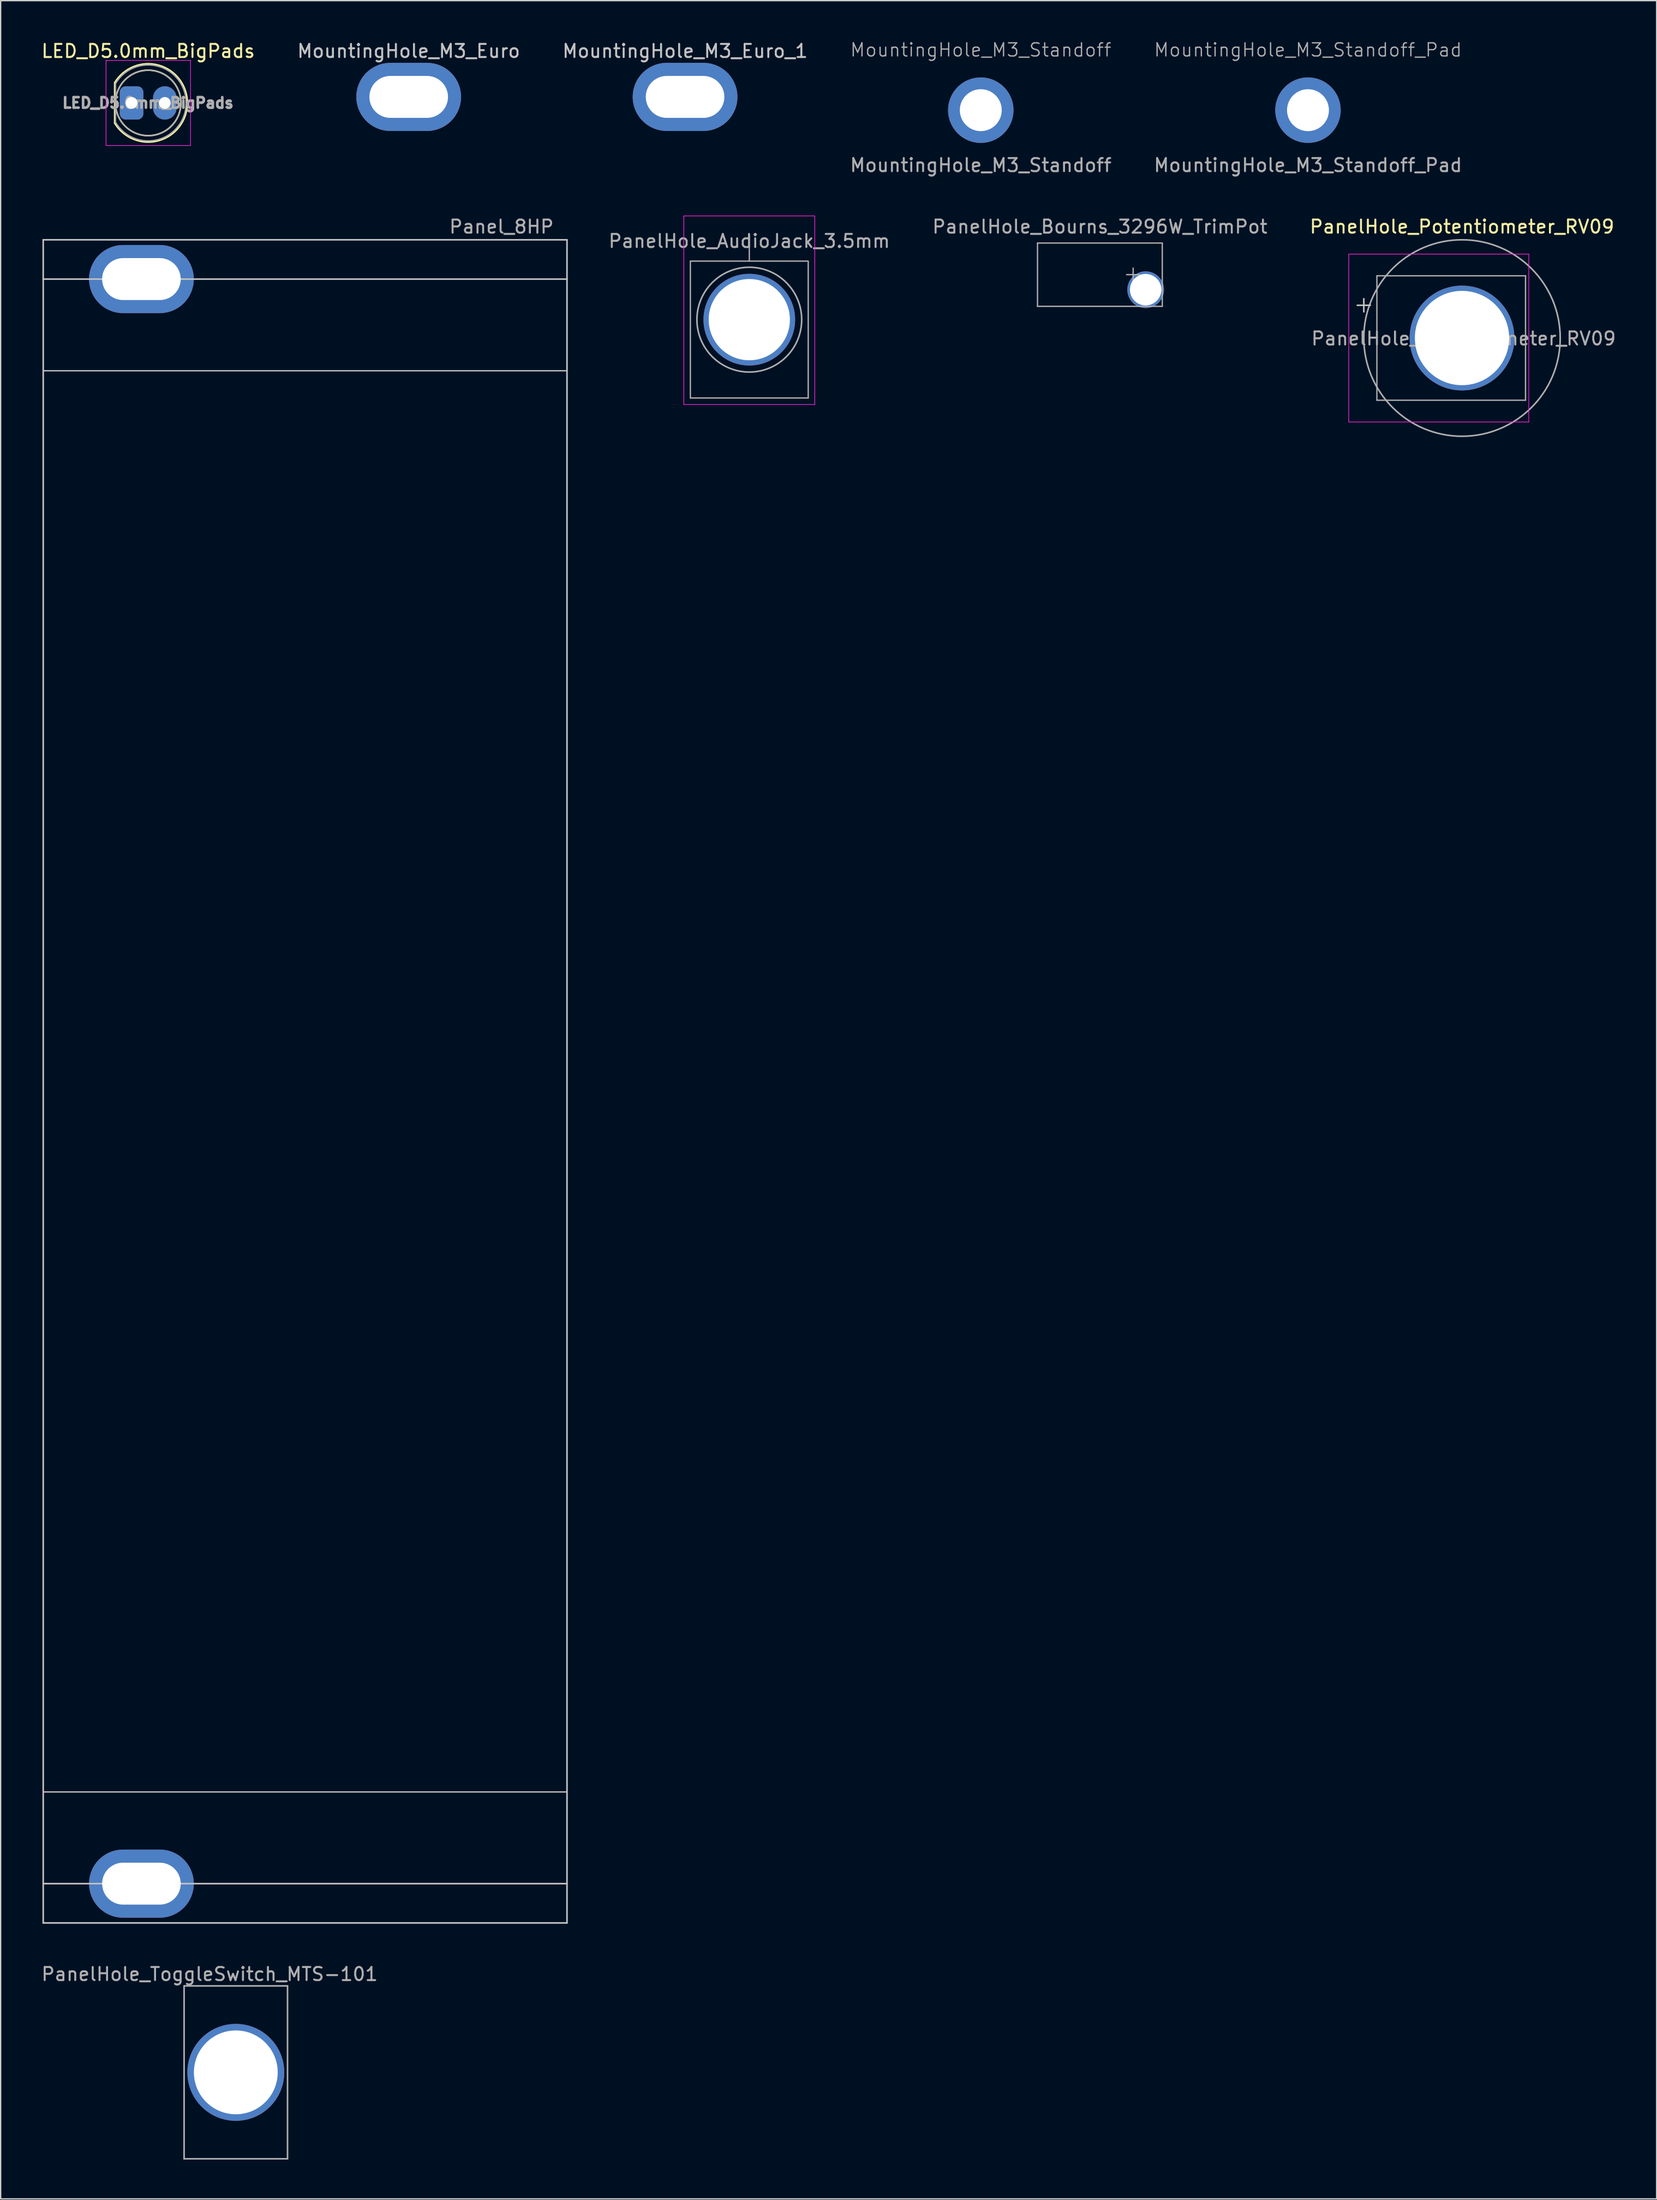
<source format=kicad_pcb>
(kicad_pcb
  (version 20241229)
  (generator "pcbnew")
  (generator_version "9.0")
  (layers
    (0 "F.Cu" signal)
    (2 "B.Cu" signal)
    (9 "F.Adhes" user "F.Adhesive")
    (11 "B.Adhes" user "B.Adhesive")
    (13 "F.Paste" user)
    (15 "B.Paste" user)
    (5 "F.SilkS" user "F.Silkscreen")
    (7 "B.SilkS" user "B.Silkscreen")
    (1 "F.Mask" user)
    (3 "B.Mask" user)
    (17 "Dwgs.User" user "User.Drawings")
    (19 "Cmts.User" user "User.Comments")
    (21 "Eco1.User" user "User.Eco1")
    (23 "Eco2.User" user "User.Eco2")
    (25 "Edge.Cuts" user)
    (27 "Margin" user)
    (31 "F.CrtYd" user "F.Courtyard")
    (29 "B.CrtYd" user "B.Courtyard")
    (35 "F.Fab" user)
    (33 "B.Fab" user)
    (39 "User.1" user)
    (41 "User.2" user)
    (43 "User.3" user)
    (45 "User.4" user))
  (footprint "PanelHole_Bourns_3296W_TrimPot"
    (layer "F.Cu")
    (at 83.487 17.917)
    (property "Reference" "PanelHole_Bourns_3296W_TrimPot" (at -2.54 -3.66 0) (layer "F.Fab") (effects (font (size 1 1) (thickness 0.15))))
    (attr through_hole)
    (fp_line (start -7.305 -2.41) (end -7.305 2.42) (stroke (width 0.1) (type solid)) (layer "F.Fab"))
    (fp_line (start -7.305 2.42) (end 2.225 2.42) (stroke (width 0.1) (type solid)) (layer "F.Fab"))
    (fp_line (start -0.5 0) (end 0.5 0) (stroke (width 0.1) (type default)) (layer "F.Fab"))
    (fp_line (start 0 -0.5) (end 0 0.5) (stroke (width 0.1) (type default)) (layer "F.Fab"))
    (fp_line (start 0.955 2.235) (end 0.956 0.066) (stroke (width 0.1) (type solid)) (layer "F.Fab"))
    (fp_line (start 0.955 2.235) (end 0.956 0.066) (stroke (width 0.1) (type solid)) (layer "F.Fab"))
    (fp_line (start 2.225 -2.41) (end -7.305 -2.41) (stroke (width 0.1) (type solid)) (layer "F.Fab"))
    (fp_line (start 2.225 2.42) (end 2.225 -2.41) (stroke (width 0.1) (type solid)) (layer "F.Fab"))
    (fp_circle (center 0.955 1.15) (end 2.05 1.15) (stroke (width 0.1) (type solid)) (fill no) (layer "F.Fab"))
    (pad "" np_thru_hole circle (at 0.955 1.15) (size 2.8 2.8) (drill 2.4) (layers "*.Cu" "*.Mask")))
  (footprint "MountingHole_M3_Euro_1"
    (layer "F.Cu")
    (at 49.268 4.348)
    (property "Reference" "MountingHole_M3_Euro_1" (at 0 -3.5 0) (layer "Dwgs.User") (effects (font (size 1 1) (thickness 0.15))))
    (attr through_hole)
    (pad "" thru_hole oval (at 0 0) (size 8 5.2) (drill oval 6 3.2) (layers "*.Cu" "*.Mask")))
  (footprint "PanelHole_AudioJack_3.5mm"
    (layer "F.Cu")
    (at 54.173 14.854)
    (property "Reference" "PanelHole_AudioJack_3.5mm" (at 0 0.5 0) (layer "F.Fab") (effects (font (size 1 1) (thickness 0.15))))
    (attr through_hole)
    (fp_line (start -0.5 6.5) (end 0.5 6.5) (stroke (width 0.12) (type solid)) (layer "Dwgs.User"))
    (fp_line (start 0 6) (end 0 7) (stroke (width 0.12) (type solid)) (layer "Dwgs.User"))
    (fp_line (start -5 12.98) (end -5 -1.42) (stroke (width 0.05) (type solid)) (layer "F.CrtYd"))
    (fp_line (start 5 -1.42) (end -5 -1.42) (stroke (width 0.05) (type solid)) (layer "F.CrtYd"))
    (fp_line (start 5 12.98) (end -5 12.98) (stroke (width 0.05) (type solid)) (layer "F.CrtYd"))
    (fp_line (start 5 12.98) (end 5 -1.42) (stroke (width 0.05) (type solid)) (layer "F.CrtYd"))
    (fp_line (start -4.5 12.48) (end -4.5 2.08) (stroke (width 0.1) (type solid)) (layer "F.Fab"))
    (fp_line (start 0 0) (end 0 2.03) (stroke (width 0.1) (type solid)) (layer "F.Fab"))
    (fp_line (start 4.5 2.03) (end -4.5 2.03) (stroke (width 0.1) (type solid)) (layer "F.Fab"))
    (fp_line (start 4.5 12.48) (end -4.5 12.48) (stroke (width 0.1) (type solid)) (layer "F.Fab"))
    (fp_line (start 4.5 12.48) (end 4.5 2.08) (stroke (width 0.1) (type solid)) (layer "F.Fab"))
    (fp_circle (center 0 6.5) (end 4 6.5) (stroke (width 0.12) (type solid)) (fill no) (layer "F.Fab"))
    (pad "" np_thru_hole circle (at 0 6.5 180) (size 7 7) (drill 6.2) (layers "*.Cu" "*.Mask")))
  (footprint "MountingHole_M3_Standoff"
    (layer "F.Cu")
    (at 71.851 5.361)
    (property "Reference" "MountingHole_M3_Standoff" (at 0 -4.6 0) (unlocked yes) (layer "F.Fab") (effects (font (size 1 1) (thickness 0.1))))
    (attr through_hole)
    (fp_text user "${REFERENCE}" (at 0 4.2 0) (unlocked yes) (layer "F.Fab") (effects (font (size 1 1) (thickness 0.15))))
    (pad "" thru_hole circle (at 0 0) (size 5 5) (drill 3.2) (layers "*.Cu" "*.Mask")))
  (footprint "Panel_8HP"
    (layer "F.Cu")
    (at 0.25 15.257)
    (property "Reference" "Panel_8HP" (at 35 -1 0) (layer "F.Fab") (effects (font (size 1 1) (thickness 0.15))))
    (attr through_hole)
    (fp_line (start 0 0) (end 40 0) (stroke (width 0.12) (type solid)) (layer "Dwgs.User"))
    (fp_line (start 0 3) (end 40 3) (stroke (width 0.12) (type solid)) (layer "Dwgs.User"))
    (fp_line (start 0 10) (end 40 10) (stroke (width 0.1) (type default)) (layer "Dwgs.User"))
    (fp_line (start 0 118.5) (end 40 118.5) (stroke (width 0.1) (type default)) (layer "Dwgs.User"))
    (fp_line (start 0 125.5) (end 40 125.5) (stroke (width 0.12) (type solid)) (layer "Dwgs.User"))
    (fp_line (start 0 128.5) (end 0 0) (stroke (width 0.12) (type solid)) (layer "Dwgs.User"))
    (fp_line (start 40 0) (end 40 128.5) (stroke (width 0.12) (type solid)) (layer "Dwgs.User"))
    (fp_line (start 40 128.5) (end 0 128.5) (stroke (width 0.12) (type solid)) (layer "Dwgs.User"))
    (pad "" thru_hole oval (at 7.5 3) (size 8 5.2) (drill oval 6 3.2) (layers "*.Cu" "*.Mask"))
    (pad "" thru_hole oval (at 7.5 125.5) (size 8 5.2) (drill oval 6 3.2) (layers "*.Cu" "*.Mask")))
  (footprint "PanelHole_Potentiometer_RV09"
    (layer "F.Cu")
    (at 101.102 20.257)
    (property "Reference" "PanelHole_Potentiometer_RV09" (at 7.5 -6 0) (layer "F.SilkS") (effects (font (size 1 1) (thickness 0.15))))
    (attr through_hole)
    (fp_line (start -0.5 0) (end 0.5 0) (stroke (width 0.12) (type solid)) (layer "Dwgs.User"))
    (fp_line (start 0 -0.5) (end 0 0.5) (stroke (width 0.12) (type solid)) (layer "Dwgs.User"))
    (fp_line (start -1.15 -3.91) (end -1.15 8.91) (stroke (width 0.05) (type solid)) (layer "F.CrtYd"))
    (fp_line (start -1.15 8.91) (end 12.6 8.91) (stroke (width 0.05) (type solid)) (layer "F.CrtYd"))
    (fp_line (start 12.6 -3.91) (end -1.15 -3.91) (stroke (width 0.05) (type solid)) (layer "F.CrtYd"))
    (fp_line (start 12.6 8.91) (end 12.6 -3.91) (stroke (width 0.05) (type solid)) (layer "F.CrtYd"))
    (fp_line (start 1 -2.25) (end 12.35 -2.25) (stroke (width 0.1) (type solid)) (layer "F.Fab"))
    (fp_line (start 1 7.25) (end 1 -2.25) (stroke (width 0.1) (type solid)) (layer "F.Fab"))
    (fp_line (start 1 7.25) (end 12.35 7.25) (stroke (width 0.1) (type solid)) (layer "F.Fab"))
    (fp_line (start 12.35 7.25) (end 12.35 -2.25) (stroke (width 0.1) (type solid)) (layer "F.Fab"))
    (fp_circle (center 7.5 2.5) (end 7.5 -1) (stroke (width 0.1) (type solid)) (fill no) (layer "F.Fab"))
    (fp_circle (center 7.5 2.5) (end 15 2.5) (stroke (width 0.12) (type solid)) (fill no) (layer "F.Fab"))
    (fp_text user "${REFERENCE}" (at 7.62 2.54 0) (layer "F.Fab") (effects (font (size 1 1) (thickness 0.15))))
    (pad "" np_thru_hole circle (at 7.5 2.5 90) (size 8 8) (drill 7.2) (layers "*.Cu" "*.Mask")))
  (footprint "MountingHole_M3_Euro"
    (layer "F.Cu")
    (at 28.161 4.348)
    (property "Reference" "MountingHole_M3_Euro" (at 0 -3.5 0) (layer "Dwgs.User") (effects (font (size 1 1) (thickness 0.15))))
    (attr through_hole)
    (pad "" thru_hole oval (at 0 0) (size 8 5.2) (drill oval 6 3.2) (layers "*.Cu" "*.Mask")))
  (footprint "MountingHole_M3_Standoff_Pad"
    (layer "F.Cu")
    (at 96.839 5.361)
    (property "Reference" "MountingHole_M3_Standoff_Pad" (at 0 -4.6 0) (unlocked yes) (layer "F.Fab") (effects (font (size 1 1) (thickness 0.1))))
    (attr through_hole)
    (fp_text user "${REFERENCE}" (at 0 4.2 0) (unlocked yes) (layer "F.Fab") (effects (font (size 1 1) (thickness 0.15))))
    (pad "1" thru_hole circle (at 0 0) (size 5 5) (drill 3.2) (layers "*.Cu" "*.Mask")))
  (footprint "PanelHole_ToggleSwitch_MTS-101"
    (layer "F.Cu")
    (at 14.958 155.165)
    (property "Reference" "PanelHole_ToggleSwitch_MTS-101" (at -2 -7.5 0) (layer "F.Fab") (effects (font (size 1 1) (thickness 0.15))))
    (attr through_hole)
    (fp_line (start -3.95 -6.6) (end -3.95 6.6) (stroke (width 0.12) (type solid)) (layer "F.Fab"))
    (fp_line (start 3.95 -6.6) (end -3.95 -6.6) (stroke (width 0.12) (type solid)) (layer "F.Fab"))
    (fp_line (start 3.95 -6.6) (end 3.95 6.6) (stroke (width 0.12) (type solid)) (layer "F.Fab"))
    (fp_line (start 3.95 6.6) (end -3.95 6.6) (stroke (width 0.12) (type solid)) (layer "F.Fab"))
    (pad "" np_thru_hole circle (at 0 0 270) (size 7.4 7.4) (drill 6.4) (layers "*.Cu" "*.Mask")))
  (footprint "LED_D5.0mm_BigPads"
    (layer "F.Cu")
    (at 8.268 4.808)
    (property "Reference" "LED_D5.0mm_BigPads" (at 0 -3.96 0) (layer "F.SilkS") (effects (font (size 1 1) (thickness 0.15))))
    (attr through_hole)
    (fp_line (start -2.56 -1.545) (end -2.56 1.545) (stroke (width 0.12) (type solid)) (layer "F.SilkS"))
    (fp_arc (start -2.56 -1.54483) (mid 0.802002 -2.880433) (end 2.99 0.000462) (stroke (width 0.12) (type solid)) (layer "F.SilkS"))
    (fp_arc (start 2.99 -0.000462) (mid 0.802002 2.880433) (end -2.56 1.54483) (stroke (width 0.12) (type solid)) (layer "F.SilkS"))
    (fp_circle (center 0 0) (end 2.5 0) (stroke (width 0.12) (type solid)) (fill no) (layer "F.SilkS"))
    (fp_line (start -3.22 -3.25) (end -3.22 3.25) (stroke (width 0.05) (type solid)) (layer "F.CrtYd"))
    (fp_line (start -3.22 3.25) (end 3.23 3.25) (stroke (width 0.05) (type solid)) (layer "F.CrtYd"))
    (fp_line (start 3.23 -3.25) (end -3.22 -3.25) (stroke (width 0.05) (type solid)) (layer "F.CrtYd"))
    (fp_line (start 3.23 3.25) (end 3.23 -3.25) (stroke (width 0.05) (type solid)) (layer "F.CrtYd"))
    (fp_line (start -2.5 -1.47) (end -2.5 1.47) (stroke (width 0.1) (type solid)) (layer "F.Fab"))
    (fp_arc (start -2.5 -1.469694) (mid 2.9 0.000016) (end -2.500016 1.469666) (stroke (width 0.1) (type solid)) (layer "F.Fab"))
    (fp_circle (center 0 0) (end 2.5 0) (stroke (width 0.1) (type solid)) (fill no) (layer "F.Fab"))
    (fp_text user "${REFERENCE}" (at -0.02 0 0) (layer "F.Fab") (effects (font (size 0.8 0.8) (thickness 0.2))))
    (pad "1" thru_hole roundrect (at -1.27 0) (size 1.8 2.54) (drill 0.9) (layers "*.Cu" "*.Mask") (roundrect_rratio 0.25))
    (pad "2" thru_hole oval (at 1.27 0) (size 1.8 2.54) (drill 0.9) (layers "*.Cu" "*.Mask")))
  (gr_rect
    (start -3 -3)
    (end 123.466 164.825)
    (stroke (width 0.1) (type default))
    (fill no)
    (layer "Edge.Cuts")))
</source>
